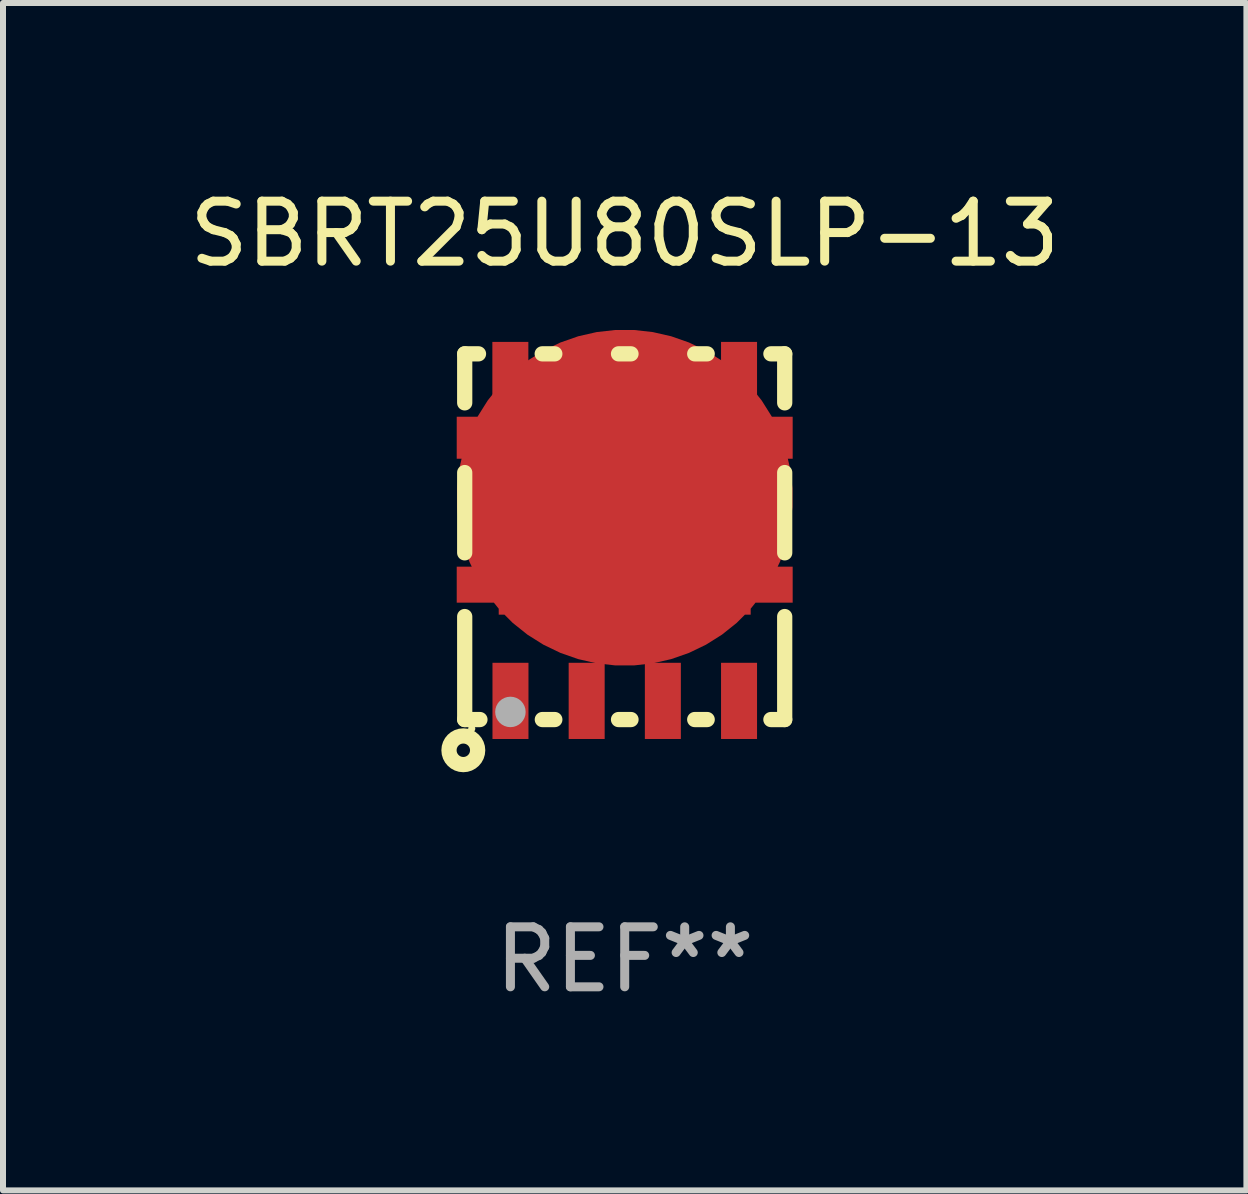
<source format=kicad_pcb>
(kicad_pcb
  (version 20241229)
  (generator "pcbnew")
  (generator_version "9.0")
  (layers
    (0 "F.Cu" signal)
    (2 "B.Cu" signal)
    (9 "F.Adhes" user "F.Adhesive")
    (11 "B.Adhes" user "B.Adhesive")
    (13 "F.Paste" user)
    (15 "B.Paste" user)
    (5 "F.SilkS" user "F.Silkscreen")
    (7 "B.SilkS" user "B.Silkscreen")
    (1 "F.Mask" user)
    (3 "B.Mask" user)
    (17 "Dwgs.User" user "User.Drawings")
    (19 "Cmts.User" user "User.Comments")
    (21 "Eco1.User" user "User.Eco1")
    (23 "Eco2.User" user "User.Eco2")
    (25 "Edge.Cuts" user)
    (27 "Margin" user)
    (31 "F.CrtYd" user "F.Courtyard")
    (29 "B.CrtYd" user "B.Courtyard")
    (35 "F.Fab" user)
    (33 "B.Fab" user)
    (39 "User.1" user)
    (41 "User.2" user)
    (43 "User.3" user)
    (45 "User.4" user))
  (footprint "SBRT25U80SLP-13"
    (layer "F.Cu")
    (at 7.363 5.896)
    (property "Reference" "SBRT25U80SLP-13" (at 0 -5.048 0) (layer "F.SilkS") (effects (font (size 1 1) (thickness 0.15))))
    (attr through_hole)
    (fp_line (start -2.667 -3.048) (end -2.667 -2.231) (stroke (width 0.254) (type solid)) (layer "F.SilkS"))
    (fp_line (start -2.667 -1.069) (end -2.667 0.269) (stroke (width 0.254) (type solid)) (layer "F.SilkS"))
    (fp_line (start -2.667 1.331) (end -2.667 3.048) (stroke (width 0.254) (type solid)) (layer "F.SilkS"))
    (fp_line (start -2.667 3.048) (end -2.413 3.048) (stroke (width 0.254) (type solid)) (layer "F.SilkS"))
    (fp_line (start -2.437 -3.048) (end -2.667 -3.048) (stroke (width 0.254) (type solid)) (layer "F.SilkS"))
    (fp_line (start -1.375 -3.048) (end -1.165 -3.048) (stroke (width 0.254) (type solid)) (layer "F.SilkS"))
    (fp_line (start -1.165 3.048) (end -1.373 3.048) (stroke (width 0.254) (type solid)) (layer "F.SilkS"))
    (fp_line (start -0.103 -3.048) (end 0.105 -3.048) (stroke (width 0.254) (type solid)) (layer "F.SilkS"))
    (fp_line (start 0.105 3.048) (end -0.103 3.048) (stroke (width 0.254) (type solid)) (layer "F.SilkS"))
    (fp_line (start 1.167 -3.048) (end 1.375 -3.048) (stroke (width 0.254) (type solid)) (layer "F.SilkS"))
    (fp_line (start 1.375 3.048) (end 1.167 3.048) (stroke (width 0.254) (type solid)) (layer "F.SilkS"))
    (fp_line (start 2.437 -3.048) (end 2.667 -3.048) (stroke (width 0.254) (type solid)) (layer "F.SilkS"))
    (fp_line (start 2.667 -3.048) (end 2.667 -2.231) (stroke (width 0.254) (type solid)) (layer "F.SilkS"))
    (fp_line (start 2.667 -1.069) (end 2.667 0.269) (stroke (width 0.254) (type solid)) (layer "F.SilkS"))
    (fp_line (start 2.667 1.331) (end 2.667 3.048) (stroke (width 0.254) (type solid)) (layer "F.SilkS"))
    (fp_line (start 2.667 3.048) (end 2.437 3.048) (stroke (width 0.254) (type solid)) (layer "F.SilkS"))
    (fp_circle (center -2.69 3.56) (end -2.578 3.56) (stroke (width 0.254) (type solid)) (fill no) (layer "F.SilkS"))
    (fp_circle (center -2.55 3.201) (end -2.52 3.201) (stroke (width 0.06) (type solid)) (fill no) (layer "F.SilkS"))
    (fp_circle (center -1.905 2.921) (end -1.778 2.921) (stroke (width 0.254) (type solid)) (fill no) (layer "F.Fab"))
    (fp_text user "REF**" (at 0 7.048 0) (layer "F.Fab") (effects (font (size 1 1) (thickness 0.15))))
    (pad "1" smd rect (at -1.904 2.737) (size 0.6 1.27) (layers "F.Cu" "F.Mask" "F.Paste"))
    (pad "2" smd rect (at -0.634 2.737) (size 0.6 1.27) (layers "F.Cu" "F.Mask" "F.Paste"))
    (pad "3" smd rect (at 0.636 2.737) (size 0.6 1.27) (layers "F.Cu" "F.Mask" "F.Paste"))
    (pad "4" smd rect (at 1.906 2.737) (size 0.6 1.27) (layers "F.Cu" "F.Mask" "F.Paste"))
    (pad "5" smd rect (at 1.906 -2.737) (size 0.6 1.02) (layers "F.Cu" "F.Mask" "F.Paste"))
    (pad "6" smd rect (at 0.636 -2.737) (size 0.6 1.02) (layers "F.Cu" "F.Mask" "F.Paste"))
    (pad "7" smd rect (at -0.634 -2.737) (size 0.6 1.02) (layers "F.Cu" "F.Mask" "F.Paste"))
    (pad "8" smd rect (at -1.906 -2.737) (size 0.6 1.02) (layers "F.Cu" "F.Mask" "F.Paste"))
    (pad "8" smd custom (at 0 -0.65) (size 5.6 3.9) (layers "F.Cu" "F.Mask" "F.Paste") (options (anchor circle)) (primitives (gr_poly (pts (xy -2.1 -1.95) (xy -2.1 -1.35) (xy -2.8 -1.35) (xy -2.8 -0.65) (xy -2.1 -0.65) (xy -2.1 1.15) (xy -2.8 1.15) (xy -2.8 1.75) (xy -2.1 1.75) (xy -2.1 1.95) (xy 2.1 1.95) (xy 2.1 1.75) (xy 2.8 1.75) (xy 2.8 1.15) (xy 2.1 1.15) (xy 2.1 -0.65) (xy 2.8 -0.65) (xy 2.8 -1.35) (xy 2.1 -1.35) (xy 2.1 -1.95) (xy -2.1 -1.95) (xy -2.1 -1.35)) (width 0) (fill yes)))))
  (gr_rect
    (start -3 -3)
    (end 17.726 16.793)
    (stroke (width 0.1) (type default))
    (fill no)
    (layer "Edge.Cuts")))
</source>
